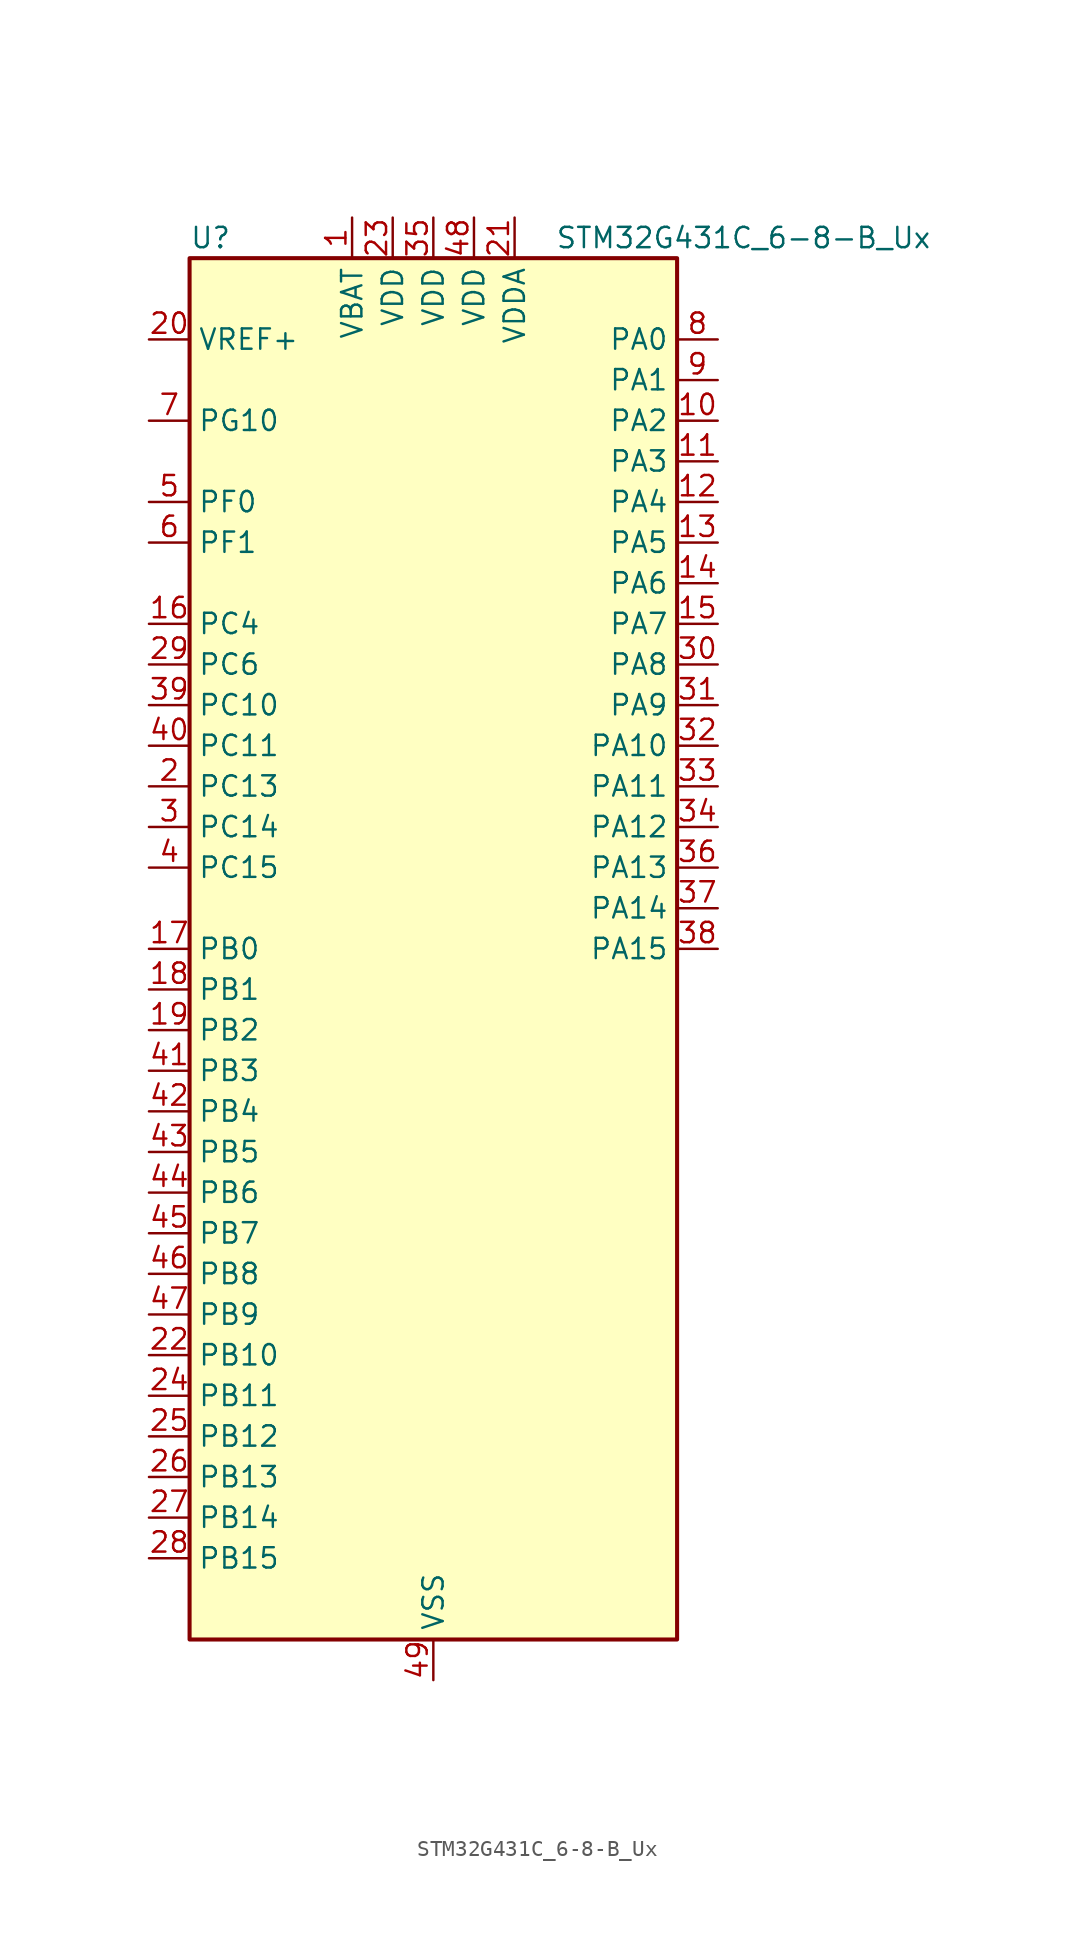
<source format=kicad_sym>
(kicad_symbol_lib
  (version 20241209)
  (generator "kicad_symbol_editor")
  (generator_version "9.0")
  (symbol "STM32G431C_6-8-B_Ux"
    (property "Reference" "U"
      (at -15.24 44.45 0)
      (effects (font (size 1.27 1.27)) (justify left)))
    (property "Value" "STM32G431C_6-8-B_Ux"
      (at 7.62 44.45 0)
      (effects (font (size 1.27 1.27)) (justify left)))
    (symbol "STM32G431C_6-8-B_Ux_0_1"
      (rectangle (start -15.24 -43.18) (end 15.24 43.18) (stroke (width 0.254) (type default)) (fill (type background))))
    (symbol "STM32G431C_6-8-B_Ux_1_1"
      (pin input line (at -17.78 38.1 0) (length 2.54) (name "VREF+" (effects (font (size 1.27 1.27)))) (number "20" (effects (font (size 1.27 1.27)))) (alternate "VREFBUF_OUT" bidirectional line))
      (pin bidirectional line (at -17.78 33.02 0) (length 2.54) (name "PG10" (effects (font (size 1.27 1.27)))) (number "7" (effects (font (size 1.27 1.27)))) (alternate "DAC1_EXTI10" bidirectional line) (alternate "DAC3_EXTI10" bidirectional line) (alternate "RCC_MCO" bidirectional line))
      (pin bidirectional line (at -17.78 27.94 0) (length 2.54) (name "PF0" (effects (font (size 1.27 1.27)))) (number "5" (effects (font (size 1.27 1.27)))) (alternate "ADC1_IN10" bidirectional line) (alternate "I2C2_SDA" bidirectional line) (alternate "I2S2_WS" bidirectional line) (alternate "RCC_OSC_IN" bidirectional line) (alternate "SPI2_NSS" bidirectional line) (alternate "TIM1_CH3N" bidirectional line))
      (pin bidirectional line (at -17.78 25.4 0) (length 2.54) (name "PF1" (effects (font (size 1.27 1.27)))) (number "6" (effects (font (size 1.27 1.27)))) (alternate "ADC2_IN10" bidirectional line) (alternate "COMP3_INM" bidirectional line) (alternate "I2S2_CK" bidirectional line) (alternate "RCC_OSC_OUT" bidirectional line) (alternate "SPI2_SCK" bidirectional line))
      (pin bidirectional line (at -17.78 20.32 0) (length 2.54) (name "PC4" (effects (font (size 1.27 1.27)))) (number "16" (effects (font (size 1.27 1.27)))) (alternate "ADC2_IN5" bidirectional line) (alternate "I2C2_SCL" bidirectional line) (alternate "TIM1_ETR" bidirectional line) (alternate "USART1_TX" bidirectional line))
      (pin bidirectional line (at -17.78 17.78 0) (length 2.54) (name "PC6" (effects (font (size 1.27 1.27)))) (number "29" (effects (font (size 1.27 1.27)))) (alternate "I2S2_MCK" bidirectional line) (alternate "TIM3_CH1" bidirectional line) (alternate "TIM8_CH1" bidirectional line))
      (pin bidirectional line (at -17.78 15.24 0) (length 2.54) (name "PC10" (effects (font (size 1.27 1.27)))) (number "39" (effects (font (size 1.27 1.27)))) (alternate "DAC1_EXTI10" bidirectional line) (alternate "DAC3_EXTI10" bidirectional line) (alternate "I2S3_CK" bidirectional line) (alternate "SPI3_SCK" bidirectional line) (alternate "TIM8_CH1N" bidirectional line) (alternate "UART4_TX" bidirectional line) (alternate "USART3_TX" bidirectional line))
      (pin bidirectional line (at -17.78 12.7 0) (length 2.54) (name "PC11" (effects (font (size 1.27 1.27)))) (number "40" (effects (font (size 1.27 1.27)))) (alternate "ADC1_EXTI11" bidirectional line) (alternate "ADC2_EXTI11" bidirectional line) (alternate "I2C3_SDA" bidirectional line) (alternate "SPI3_MISO" bidirectional line) (alternate "TIM8_CH2N" bidirectional line) (alternate "UART4_RX" bidirectional line) (alternate "USART3_RX" bidirectional line))
      (pin bidirectional line (at -17.78 10.16 0) (length 2.54) (name "PC13" (effects (font (size 1.27 1.27)))) (number "2" (effects (font (size 1.27 1.27)))) (alternate "RTC_OUT1" bidirectional line) (alternate "RTC_TAMP1" bidirectional line) (alternate "RTC_TS" bidirectional line) (alternate "SYS_WKUP2" bidirectional line) (alternate "TIM1_BKIN" bidirectional line) (alternate "TIM1_CH1N" bidirectional line) (alternate "TIM8_CH4N" bidirectional line))
      (pin bidirectional line (at -17.78 7.62 0) (length 2.54) (name "PC14" (effects (font (size 1.27 1.27)))) (number "3" (effects (font (size 1.27 1.27)))) (alternate "RCC_OSC32_IN" bidirectional line))
      (pin bidirectional line (at -17.78 5.08 0) (length 2.54) (name "PC15" (effects (font (size 1.27 1.27)))) (number "4" (effects (font (size 1.27 1.27)))) (alternate "ADC1_EXTI15" bidirectional line) (alternate "ADC2_EXTI15" bidirectional line) (alternate "RCC_OSC32_OUT" bidirectional line))
      (pin bidirectional line (at -17.78 0 0) (length 2.54) (name "PB0" (effects (font (size 1.27 1.27)))) (number "17" (effects (font (size 1.27 1.27)))) (alternate "ADC1_IN15" bidirectional line) (alternate "COMP4_INP" bidirectional line) (alternate "OPAMP2_VINP" bidirectional line) (alternate "OPAMP2_VINP_SEC" bidirectional line) (alternate "OPAMP3_VINP" bidirectional line) (alternate "OPAMP3_VINP_SEC" bidirectional line) (alternate "TIM1_CH2N" bidirectional line) (alternate "TIM3_CH3" bidirectional line) (alternate "TIM8_CH2N" bidirectional line) (alternate "UCPD1_FRSTX1" bidirectional line) (alternate "UCPD1_FRSTX2" bidirectional line))
      (pin bidirectional line (at -17.78 -2.54 0) (length 2.54) (name "PB1" (effects (font (size 1.27 1.27)))) (number "18" (effects (font (size 1.27 1.27)))) (alternate "ADC1_IN12" bidirectional line) (alternate "COMP1_INP" bidirectional line) (alternate "COMP4_OUT" bidirectional line) (alternate "LPUART1_DE" bidirectional line) (alternate "LPUART1_RTS" bidirectional line) (alternate "OPAMP3_VOUT" bidirectional line) (alternate "TIM1_CH3N" bidirectional line) (alternate "TIM3_CH4" bidirectional line) (alternate "TIM8_CH3N" bidirectional line))
      (pin bidirectional line (at -17.78 -5.08 0) (length 2.54) (name "PB2" (effects (font (size 1.27 1.27)))) (number "19" (effects (font (size 1.27 1.27)))) (alternate "ADC2_IN12" bidirectional line) (alternate "COMP4_INM" bidirectional line) (alternate "I2C3_SMBA" bidirectional line) (alternate "LPTIM1_OUT" bidirectional line) (alternate "OPAMP3_VINM" bidirectional line) (alternate "OPAMP3_VINM0" bidirectional line) (alternate "OPAMP3_VINM_SEC" bidirectional line) (alternate "RTC_OUT2" bidirectional line))
      (pin bidirectional line (at -17.78 -7.62 0) (length 2.54) (name "PB3" (effects (font (size 1.27 1.27)))) (number "41" (effects (font (size 1.27 1.27)))) (alternate "CRS_SYNC" bidirectional line) (alternate "I2S3_CK" bidirectional line) (alternate "SAI1_SCK_B" bidirectional line) (alternate "SPI1_SCK" bidirectional line) (alternate "SPI3_SCK" bidirectional line) (alternate "SYS_JTDO-SWO" bidirectional line) (alternate "TIM2_CH2" bidirectional line) (alternate "TIM3_ETR" bidirectional line) (alternate "TIM4_ETR" bidirectional line) (alternate "TIM8_CH1N" bidirectional line) (alternate "USART2_TX" bidirectional line))
      (pin bidirectional line (at -17.78 -10.16 0) (length 2.54) (name "PB4" (effects (font (size 1.27 1.27)))) (number "42" (effects (font (size 1.27 1.27)))) (alternate "SAI1_MCLK_B" bidirectional line) (alternate "SPI1_MISO" bidirectional line) (alternate "SPI3_MISO" bidirectional line) (alternate "SYS_JTRST" bidirectional line) (alternate "TIM16_CH1" bidirectional line) (alternate "TIM17_BKIN" bidirectional line) (alternate "TIM3_CH1" bidirectional line) (alternate "TIM8_CH2N" bidirectional line) (alternate "UCPD1_CC2" bidirectional line) (alternate "USART2_RX" bidirectional line))
      (pin bidirectional line (at -17.78 -12.7 0) (length 2.54) (name "PB5" (effects (font (size 1.27 1.27)))) (number "43" (effects (font (size 1.27 1.27)))) (alternate "I2C1_SMBA" bidirectional line) (alternate "I2C3_SDA" bidirectional line) (alternate "I2S3_SD" bidirectional line) (alternate "LPTIM1_IN1" bidirectional line) (alternate "SAI1_SD_B" bidirectional line) (alternate "SPI1_MOSI" bidirectional line) (alternate "SPI3_MOSI" bidirectional line) (alternate "TIM16_BKIN" bidirectional line) (alternate "TIM17_CH1" bidirectional line) (alternate "TIM3_CH2" bidirectional line) (alternate "TIM8_CH3N" bidirectional line) (alternate "USART2_CK" bidirectional line))
      (pin bidirectional line (at -17.78 -15.24 0) (length 2.54) (name "PB6" (effects (font (size 1.27 1.27)))) (number "44" (effects (font (size 1.27 1.27)))) (alternate "COMP4_OUT" bidirectional line) (alternate "LPTIM1_ETR" bidirectional line) (alternate "SAI1_FS_B" bidirectional line) (alternate "TIM16_CH1N" bidirectional line) (alternate "TIM4_CH1" bidirectional line) (alternate "TIM8_BKIN2" bidirectional line) (alternate "TIM8_CH1" bidirectional line) (alternate "TIM8_ETR" bidirectional line) (alternate "UCPD1_CC1" bidirectional line) (alternate "USART1_TX" bidirectional line))
      (pin bidirectional line (at -17.78 -17.78 0) (length 2.54) (name "PB7" (effects (font (size 1.27 1.27)))) (number "45" (effects (font (size 1.27 1.27)))) (alternate "COMP3_OUT" bidirectional line) (alternate "I2C1_SDA" bidirectional line) (alternate "LPTIM1_IN2" bidirectional line) (alternate "SYS_PVD_IN" bidirectional line) (alternate "TIM17_CH1N" bidirectional line) (alternate "TIM3_CH4" bidirectional line) (alternate "TIM4_CH2" bidirectional line) (alternate "TIM8_BKIN" bidirectional line) (alternate "UART4_CTS" bidirectional line) (alternate "USART1_RX" bidirectional line))
      (pin bidirectional line (at -17.78 -20.32 0) (length 2.54) (name "PB8" (effects (font (size 1.27 1.27)))) (number "46" (effects (font (size 1.27 1.27)))) (alternate "COMP1_OUT" bidirectional line) (alternate "FDCAN1_RX" bidirectional line) (alternate "I2C1_SCL" bidirectional line) (alternate "SAI1_CK1" bidirectional line) (alternate "SAI1_MCLK_A" bidirectional line) (alternate "TIM16_CH1" bidirectional line) (alternate "TIM1_BKIN" bidirectional line) (alternate "TIM4_CH3" bidirectional line) (alternate "TIM8_CH2" bidirectional line) (alternate "USART3_RX" bidirectional line))
      (pin bidirectional line (at -17.78 -22.86 0) (length 2.54) (name "PB9" (effects (font (size 1.27 1.27)))) (number "47" (effects (font (size 1.27 1.27)))) (alternate "COMP2_OUT" bidirectional line) (alternate "DAC1_EXTI9" bidirectional line) (alternate "DAC3_EXTI9" bidirectional line) (alternate "FDCAN1_TX" bidirectional line) (alternate "I2C1_SDA" bidirectional line) (alternate "IR_OUT" bidirectional line) (alternate "SAI1_D2" bidirectional line) (alternate "SAI1_FS_A" bidirectional line) (alternate "TIM17_CH1" bidirectional line) (alternate "TIM1_CH3N" bidirectional line) (alternate "TIM4_CH4" bidirectional line) (alternate "TIM8_CH3" bidirectional line) (alternate "USART3_TX" bidirectional line))
      (pin bidirectional line (at -17.78 -25.4 0) (length 2.54) (name "PB10" (effects (font (size 1.27 1.27)))) (number "22" (effects (font (size 1.27 1.27)))) (alternate "DAC1_EXTI10" bidirectional line) (alternate "DAC3_EXTI10" bidirectional line) (alternate "LPUART1_RX" bidirectional line) (alternate "OPAMP3_VINM" bidirectional line) (alternate "OPAMP3_VINM1" bidirectional line) (alternate "OPAMP3_VINM_SEC" bidirectional line) (alternate "SAI1_SCK_A" bidirectional line) (alternate "TIM1_BKIN" bidirectional line) (alternate "TIM2_CH3" bidirectional line) (alternate "USART3_TX" bidirectional line))
      (pin bidirectional line (at -17.78 -27.94 0) (length 2.54) (name "PB11" (effects (font (size 1.27 1.27)))) (number "24" (effects (font (size 1.27 1.27)))) (alternate "ADC1_EXTI11" bidirectional line) (alternate "ADC1_IN14" bidirectional line) (alternate "ADC2_EXTI11" bidirectional line) (alternate "ADC2_IN14" bidirectional line) (alternate "LPUART1_TX" bidirectional line) (alternate "TIM2_CH4" bidirectional line) (alternate "USART3_RX" bidirectional line))
      (pin bidirectional line (at -17.78 -30.48 0) (length 2.54) (name "PB12" (effects (font (size 1.27 1.27)))) (number "25" (effects (font (size 1.27 1.27)))) (alternate "ADC1_IN11" bidirectional line) (alternate "I2C2_SMBA" bidirectional line) (alternate "I2S2_WS" bidirectional line) (alternate "LPUART1_DE" bidirectional line) (alternate "LPUART1_RTS" bidirectional line) (alternate "SPI2_NSS" bidirectional line) (alternate "TIM1_BKIN" bidirectional line) (alternate "USART3_CK" bidirectional line))
      (pin bidirectional line (at -17.78 -33.02 0) (length 2.54) (name "PB13" (effects (font (size 1.27 1.27)))) (number "26" (effects (font (size 1.27 1.27)))) (alternate "I2S2_CK" bidirectional line) (alternate "LPUART1_CTS" bidirectional line) (alternate "OPAMP3_VINP" bidirectional line) (alternate "OPAMP3_VINP_SEC" bidirectional line) (alternate "SPI2_SCK" bidirectional line) (alternate "TIM1_CH1N" bidirectional line) (alternate "USART3_CTS" bidirectional line) (alternate "USART3_NSS" bidirectional line))
      (pin bidirectional line (at -17.78 -35.56 0) (length 2.54) (name "PB14" (effects (font (size 1.27 1.27)))) (number "27" (effects (font (size 1.27 1.27)))) (alternate "ADC1_IN5" bidirectional line) (alternate "COMP4_OUT" bidirectional line) (alternate "OPAMP2_VINP" bidirectional line) (alternate "OPAMP2_VINP_SEC" bidirectional line) (alternate "SPI2_MISO" bidirectional line) (alternate "TIM15_CH1" bidirectional line) (alternate "TIM1_CH2N" bidirectional line) (alternate "USART3_DE" bidirectional line) (alternate "USART3_RTS" bidirectional line))
      (pin bidirectional line (at -17.78 -38.1 0) (length 2.54) (name "PB15" (effects (font (size 1.27 1.27)))) (number "28" (effects (font (size 1.27 1.27)))) (alternate "ADC1_EXTI15" bidirectional line) (alternate "ADC2_EXTI15" bidirectional line) (alternate "ADC2_IN15" bidirectional line) (alternate "COMP3_OUT" bidirectional line) (alternate "I2S2_SD" bidirectional line) (alternate "RTC_REFIN" bidirectional line) (alternate "SPI2_MOSI" bidirectional line) (alternate "TIM15_CH1N" bidirectional line) (alternate "TIM15_CH2" bidirectional line) (alternate "TIM1_CH3N" bidirectional line))
      (pin power_in line (at -5.08 45.72 270) (length 2.54) (name "VBAT" (effects (font (size 1.27 1.27)))) (number "1" (effects (font (size 1.27 1.27)))))
      (pin power_in line (at -2.54 45.72 270) (length 2.54) (name "VDD" (effects (font (size 1.27 1.27)))) (number "23" (effects (font (size 1.27 1.27)))))
      (pin power_in line (at 0 45.72 270) (length 2.54) (name "VDD" (effects (font (size 1.27 1.27)))) (number "35" (effects (font (size 1.27 1.27)))))
      (pin power_in line (at 0 -45.72 90) (length 2.54) (name "VSS" (effects (font (size 1.27 1.27)))) (number "49" (effects (font (size 1.27 1.27)))))
      (pin power_in line (at 2.54 45.72 270) (length 2.54) (name "VDD" (effects (font (size 1.27 1.27)))) (number "48" (effects (font (size 1.27 1.27)))))
      (pin power_in line (at 5.08 45.72 270) (length 2.54) (name "VDDA" (effects (font (size 1.27 1.27)))) (number "21" (effects (font (size 1.27 1.27)))))
      (pin bidirectional line (at 17.78 38.1 180) (length 2.54) (name "PA0" (effects (font (size 1.27 1.27)))) (number "8" (effects (font (size 1.27 1.27)))) (alternate "ADC1_IN1" bidirectional line) (alternate "ADC2_IN1" bidirectional line) (alternate "COMP1_INM" bidirectional line) (alternate "COMP1_OUT" bidirectional line) (alternate "COMP3_INP" bidirectional line) (alternate "RTC_TAMP2" bidirectional line) (alternate "SYS_WKUP1" bidirectional line) (alternate "TIM2_CH1" bidirectional line) (alternate "TIM2_ETR" bidirectional line) (alternate "TIM8_BKIN" bidirectional line) (alternate "TIM8_ETR" bidirectional line) (alternate "USART2_CTS" bidirectional line) (alternate "USART2_NSS" bidirectional line))
      (pin bidirectional line (at 17.78 35.56 180) (length 2.54) (name "PA1" (effects (font (size 1.27 1.27)))) (number "9" (effects (font (size 1.27 1.27)))) (alternate "ADC1_IN2" bidirectional line) (alternate "ADC2_IN2" bidirectional line) (alternate "COMP1_INP" bidirectional line) (alternate "OPAMP1_VINP" bidirectional line) (alternate "OPAMP1_VINP_SEC" bidirectional line) (alternate "OPAMP3_VINP" bidirectional line) (alternate "OPAMP3_VINP_SEC" bidirectional line) (alternate "RTC_REFIN" bidirectional line) (alternate "TIM15_CH1N" bidirectional line) (alternate "TIM2_CH2" bidirectional line) (alternate "USART2_DE" bidirectional line) (alternate "USART2_RTS" bidirectional line))
      (pin bidirectional line (at 17.78 33.02 180) (length 2.54) (name "PA2" (effects (font (size 1.27 1.27)))) (number "10" (effects (font (size 1.27 1.27)))) (alternate "ADC1_IN3" bidirectional line) (alternate "COMP2_INM" bidirectional line) (alternate "COMP2_OUT" bidirectional line) (alternate "LPUART1_TX" bidirectional line) (alternate "OPAMP1_VOUT" bidirectional line) (alternate "RCC_LSCO" bidirectional line) (alternate "SYS_WKUP4" bidirectional line) (alternate "TIM15_CH1" bidirectional line) (alternate "TIM2_CH3" bidirectional line) (alternate "UCPD1_FRSTX1" bidirectional line) (alternate "UCPD1_FRSTX2" bidirectional line) (alternate "USART2_TX" bidirectional line))
      (pin bidirectional line (at 17.78 30.48 180) (length 2.54) (name "PA3" (effects (font (size 1.27 1.27)))) (number "11" (effects (font (size 1.27 1.27)))) (alternate "ADC1_IN4" bidirectional line) (alternate "COMP2_INP" bidirectional line) (alternate "LPUART1_RX" bidirectional line) (alternate "OPAMP1_VINM" bidirectional line) (alternate "OPAMP1_VINM0" bidirectional line) (alternate "OPAMP1_VINM_SEC" bidirectional line) (alternate "OPAMP1_VINP" bidirectional line) (alternate "OPAMP1_VINP_SEC" bidirectional line) (alternate "SAI1_CK1" bidirectional line) (alternate "SAI1_MCLK_A" bidirectional line) (alternate "TIM15_CH2" bidirectional line) (alternate "TIM2_CH4" bidirectional line) (alternate "USART2_RX" bidirectional line))
      (pin bidirectional line (at 17.78 27.94 180) (length 2.54) (name "PA4" (effects (font (size 1.27 1.27)))) (number "12" (effects (font (size 1.27 1.27)))) (alternate "ADC2_IN17" bidirectional line) (alternate "COMP1_INM" bidirectional line) (alternate "DAC1_OUT1" bidirectional line) (alternate "I2S3_WS" bidirectional line) (alternate "SAI1_FS_B" bidirectional line) (alternate "SPI1_NSS" bidirectional line) (alternate "SPI3_NSS" bidirectional line) (alternate "TIM3_CH2" bidirectional line) (alternate "USART2_CK" bidirectional line))
      (pin bidirectional line (at 17.78 25.4 180) (length 2.54) (name "PA5" (effects (font (size 1.27 1.27)))) (number "13" (effects (font (size 1.27 1.27)))) (alternate "ADC2_IN13" bidirectional line) (alternate "COMP2_INM" bidirectional line) (alternate "DAC1_OUT2" bidirectional line) (alternate "OPAMP2_VINM" bidirectional line) (alternate "OPAMP2_VINM0" bidirectional line) (alternate "OPAMP2_VINM_SEC" bidirectional line) (alternate "SPI1_SCK" bidirectional line) (alternate "TIM2_CH1" bidirectional line) (alternate "TIM2_ETR" bidirectional line) (alternate "UCPD1_FRSTX1" bidirectional line) (alternate "UCPD1_FRSTX2" bidirectional line))
      (pin bidirectional line (at 17.78 22.86 180) (length 2.54) (name "PA6" (effects (font (size 1.27 1.27)))) (number "14" (effects (font (size 1.27 1.27)))) (alternate "ADC2_IN3" bidirectional line) (alternate "COMP1_OUT" bidirectional line) (alternate "LPUART1_CTS" bidirectional line) (alternate "OPAMP2_VOUT" bidirectional line) (alternate "SPI1_MISO" bidirectional line) (alternate "TIM16_CH1" bidirectional line) (alternate "TIM1_BKIN" bidirectional line) (alternate "TIM3_CH1" bidirectional line) (alternate "TIM8_BKIN" bidirectional line))
      (pin bidirectional line (at 17.78 20.32 180) (length 2.54) (name "PA7" (effects (font (size 1.27 1.27)))) (number "15" (effects (font (size 1.27 1.27)))) (alternate "ADC2_IN4" bidirectional line) (alternate "COMP2_INP" bidirectional line) (alternate "COMP2_OUT" bidirectional line) (alternate "OPAMP1_VINP" bidirectional line) (alternate "OPAMP1_VINP_SEC" bidirectional line) (alternate "OPAMP2_VINP" bidirectional line) (alternate "OPAMP2_VINP_SEC" bidirectional line) (alternate "SPI1_MOSI" bidirectional line) (alternate "TIM17_CH1" bidirectional line) (alternate "TIM1_CH1N" bidirectional line) (alternate "TIM3_CH2" bidirectional line) (alternate "TIM8_CH1N" bidirectional line) (alternate "UCPD1_FRSTX1" bidirectional line) (alternate "UCPD1_FRSTX2" bidirectional line))
      (pin bidirectional line (at 17.78 17.78 180) (length 2.54) (name "PA8" (effects (font (size 1.27 1.27)))) (number "30" (effects (font (size 1.27 1.27)))) (alternate "I2C2_SDA" bidirectional line) (alternate "I2C3_SCL" bidirectional line) (alternate "I2S2_MCK" bidirectional line) (alternate "RCC_MCO" bidirectional line) (alternate "SAI1_CK2" bidirectional line) (alternate "SAI1_SCK_A" bidirectional line) (alternate "TIM1_CH1" bidirectional line) (alternate "TIM4_ETR" bidirectional line) (alternate "USART1_CK" bidirectional line))
      (pin bidirectional line (at 17.78 15.24 180) (length 2.54) (name "PA9" (effects (font (size 1.27 1.27)))) (number "31" (effects (font (size 1.27 1.27)))) (alternate "DAC1_EXTI9" bidirectional line) (alternate "DAC3_EXTI9" bidirectional line) (alternate "I2C2_SCL" bidirectional line) (alternate "I2C3_SMBA" bidirectional line) (alternate "I2S3_MCK" bidirectional line) (alternate "SAI1_FS_A" bidirectional line) (alternate "TIM15_BKIN" bidirectional line) (alternate "TIM1_CH2" bidirectional line) (alternate "TIM2_CH3" bidirectional line) (alternate "UCPD1_DBCC1" bidirectional line) (alternate "USART1_TX" bidirectional line))
      (pin bidirectional line (at 17.78 12.7 180) (length 2.54) (name "PA10" (effects (font (size 1.27 1.27)))) (number "32" (effects (font (size 1.27 1.27)))) (alternate "CRS_SYNC" bidirectional line) (alternate "DAC1_EXTI10" bidirectional line) (alternate "DAC3_EXTI10" bidirectional line) (alternate "I2C2_SMBA" bidirectional line) (alternate "SAI1_D1" bidirectional line) (alternate "SAI1_SD_A" bidirectional line) (alternate "SPI2_MISO" bidirectional line) (alternate "TIM17_BKIN" bidirectional line) (alternate "TIM1_CH3" bidirectional line) (alternate "TIM2_CH4" bidirectional line) (alternate "TIM8_BKIN" bidirectional line) (alternate "UCPD1_DBCC2" bidirectional line) (alternate "USART1_RX" bidirectional line))
      (pin bidirectional line (at 17.78 10.16 180) (length 2.54) (name "PA11" (effects (font (size 1.27 1.27)))) (number "33" (effects (font (size 1.27 1.27)))) (alternate "ADC1_EXTI11" bidirectional line) (alternate "ADC2_EXTI11" bidirectional line) (alternate "COMP1_OUT" bidirectional line) (alternate "FDCAN1_RX" bidirectional line) (alternate "I2S2_SD" bidirectional line) (alternate "SPI2_MOSI" bidirectional line) (alternate "TIM1_BKIN2" bidirectional line) (alternate "TIM1_CH1N" bidirectional line) (alternate "TIM1_CH4" bidirectional line) (alternate "TIM4_CH1" bidirectional line) (alternate "USART1_CTS" bidirectional line) (alternate "USART1_NSS" bidirectional line) (alternate "USB_DM" bidirectional line))
      (pin bidirectional line (at 17.78 7.62 180) (length 2.54) (name "PA12" (effects (font (size 1.27 1.27)))) (number "34" (effects (font (size 1.27 1.27)))) (alternate "COMP2_OUT" bidirectional line) (alternate "FDCAN1_TX" bidirectional line) (alternate "I2S_CKIN" bidirectional line) (alternate "TIM16_CH1" bidirectional line) (alternate "TIM1_CH2N" bidirectional line) (alternate "TIM1_ETR" bidirectional line) (alternate "TIM4_CH2" bidirectional line) (alternate "USART1_DE" bidirectional line) (alternate "USART1_RTS" bidirectional line) (alternate "USB_DP" bidirectional line))
      (pin bidirectional line (at 17.78 5.08 180) (length 2.54) (name "PA13" (effects (font (size 1.27 1.27)))) (number "36" (effects (font (size 1.27 1.27)))) (alternate "I2C1_SCL" bidirectional line) (alternate "IR_OUT" bidirectional line) (alternate "SAI1_SD_B" bidirectional line) (alternate "SYS_JTMS-SWDIO" bidirectional line) (alternate "TIM16_CH1N" bidirectional line) (alternate "TIM4_CH3" bidirectional line) (alternate "USART3_CTS" bidirectional line) (alternate "USART3_NSS" bidirectional line))
      (pin bidirectional line (at 17.78 2.54 180) (length 2.54) (name "PA14" (effects (font (size 1.27 1.27)))) (number "37" (effects (font (size 1.27 1.27)))) (alternate "I2C1_SDA" bidirectional line) (alternate "LPTIM1_OUT" bidirectional line) (alternate "SAI1_FS_B" bidirectional line) (alternate "SYS_JTCK-SWCLK" bidirectional line) (alternate "TIM1_BKIN" bidirectional line) (alternate "TIM8_CH2" bidirectional line) (alternate "USART2_TX" bidirectional line))
      (pin bidirectional line (at 17.78 0 180) (length 2.54) (name "PA15" (effects (font (size 1.27 1.27)))) (number "38" (effects (font (size 1.27 1.27)))) (alternate "ADC1_EXTI15" bidirectional line) (alternate "ADC2_EXTI15" bidirectional line) (alternate "I2C1_SCL" bidirectional line) (alternate "I2S3_WS" bidirectional line) (alternate "SPI1_NSS" bidirectional line) (alternate "SPI3_NSS" bidirectional line) (alternate "SYS_JTDI" bidirectional line) (alternate "TIM1_BKIN" bidirectional line) (alternate "TIM2_CH1" bidirectional line) (alternate "TIM2_ETR" bidirectional line) (alternate "TIM8_CH1" bidirectional line) (alternate "UART4_DE" bidirectional line) (alternate "UART4_RTS" bidirectional line) (alternate "USART2_RX" bidirectional line)))))
</source>
